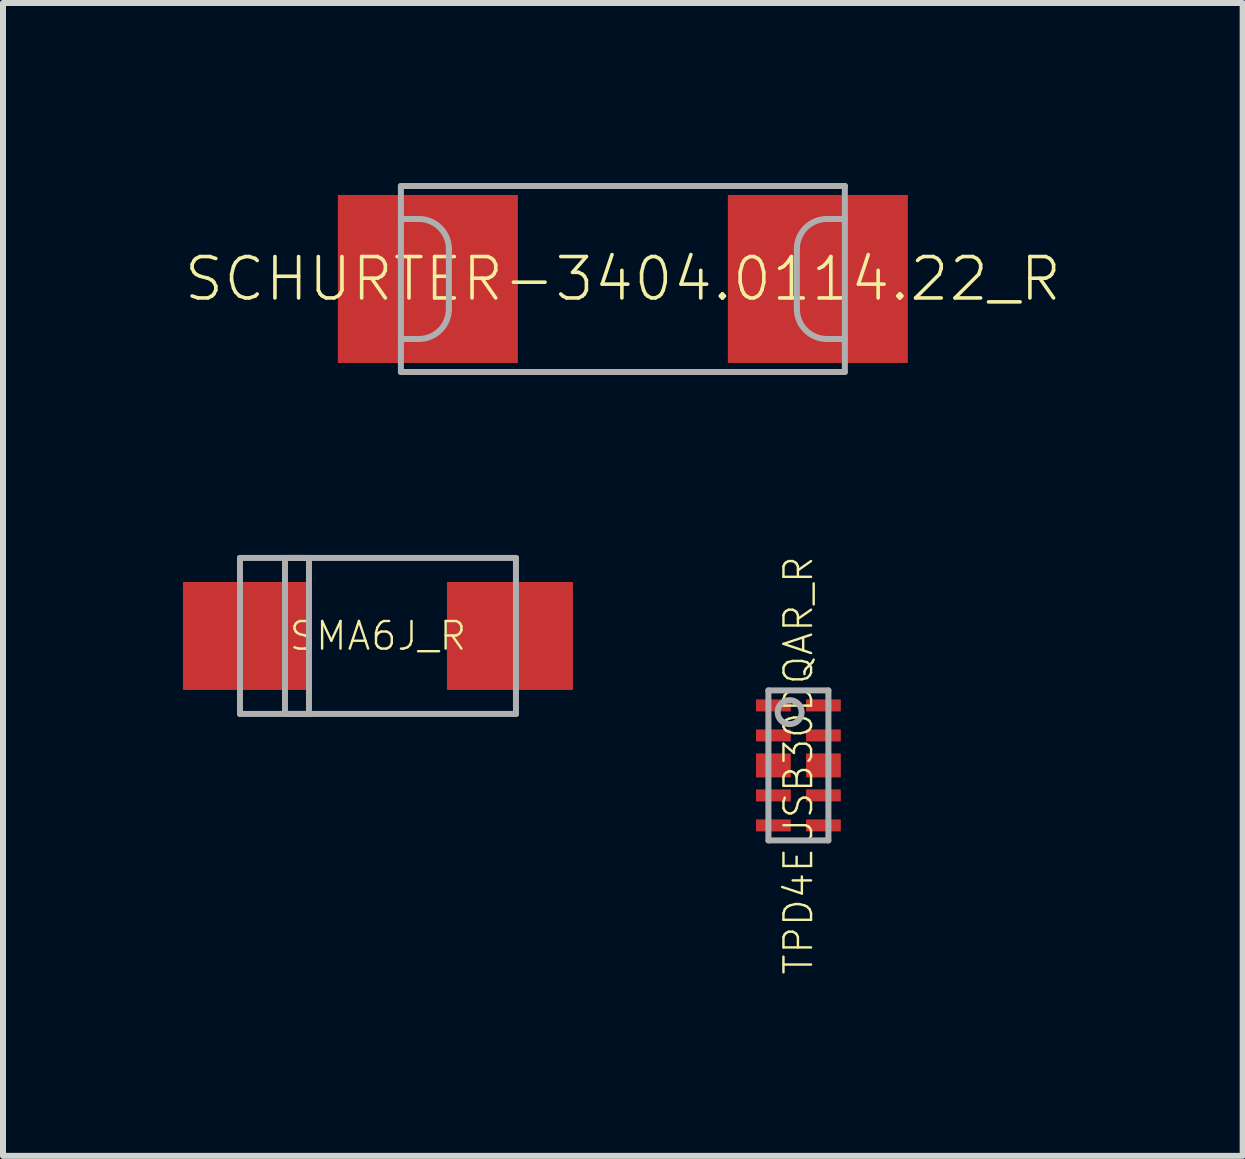
<source format=kicad_pcb>
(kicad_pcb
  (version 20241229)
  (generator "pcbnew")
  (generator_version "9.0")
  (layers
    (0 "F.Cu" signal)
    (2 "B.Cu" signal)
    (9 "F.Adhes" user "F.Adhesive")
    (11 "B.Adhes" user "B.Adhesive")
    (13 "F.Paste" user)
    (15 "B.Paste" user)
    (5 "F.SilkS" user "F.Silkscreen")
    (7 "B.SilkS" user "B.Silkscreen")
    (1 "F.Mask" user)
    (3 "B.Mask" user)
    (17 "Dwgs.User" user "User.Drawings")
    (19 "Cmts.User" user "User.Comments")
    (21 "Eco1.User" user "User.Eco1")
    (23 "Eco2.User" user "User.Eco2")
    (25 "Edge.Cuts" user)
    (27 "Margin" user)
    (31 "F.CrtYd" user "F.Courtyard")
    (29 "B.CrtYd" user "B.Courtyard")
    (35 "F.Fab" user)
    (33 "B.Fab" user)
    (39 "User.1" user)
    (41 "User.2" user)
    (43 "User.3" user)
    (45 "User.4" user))
  (footprint "SCHURTER-3404.0114.22_R"
    (layer "F.Cu")
    (at 7.332 1.6)
    (property "Reference" "SCHURTER-3404.0114.22_R" (at 0 0 0) (unlocked yes) (layer "F.SilkS") (effects (font (size 0.69 0.69) (thickness 0.06))))
    (fp_poly (pts (xy -1.75 1.4) (xy -4.75 1.4) (xy -4.75 -1.4) (xy -1.75 -1.4)) (stroke (width 0) (type default)) (fill yes) (layer "F.Paste"))
    (fp_poly (pts (xy 4.75 1.4) (xy 1.75 1.4) (xy 1.75 -1.4) (xy 4.75 -1.4)) (stroke (width 0) (type default)) (fill yes) (layer "F.Paste"))
    (fp_line (start -3.7 -1.55) (end 3.7 -1.55) (stroke (width 0.1) (type solid)) (layer "F.Fab"))
    (fp_line (start -3.7 -1) (end -3.7 -1.55) (stroke (width 0.1) (type solid)) (layer "F.Fab"))
    (fp_line (start -3.7 -1) (end -3.4 -1) (stroke (width 0.1) (type solid)) (layer "F.Fab"))
    (fp_line (start -3.7 1) (end -3.7 -1) (stroke (width 0.1) (type solid)) (layer "F.Fab"))
    (fp_line (start -3.7 1) (end -3.4 1) (stroke (width 0.1) (type solid)) (layer "F.Fab"))
    (fp_line (start -3.7 1.55) (end -3.7 1) (stroke (width 0.1) (type solid)) (layer "F.Fab"))
    (fp_line (start -2.9 -0.5) (end -2.9 0.5) (stroke (width 0.1) (type solid)) (layer "F.Fab"))
    (fp_line (start 2.9 0.5) (end 2.9 -0.5) (stroke (width 0.1) (type solid)) (layer "F.Fab"))
    (fp_line (start 3.7 -1.55) (end 3.7 1.55) (stroke (width 0.1) (type solid)) (layer "F.Fab"))
    (fp_line (start 3.7 -1) (end 3.4 -1) (stroke (width 0.1) (type solid)) (layer "F.Fab"))
    (fp_line (start 3.7 1) (end 3.4 1) (stroke (width 0.1) (type solid)) (layer "F.Fab"))
    (fp_line (start 3.7 1.55) (end -3.7 1.55) (stroke (width 0.1) (type solid)) (layer "F.Fab"))
    (fp_arc (start -3.4 -1) (mid -3.046447 -0.853553) (end -2.9 -0.5) (stroke (width 0.1) (type solid)) (layer "F.Fab"))
    (fp_arc (start -2.9 0.5) (mid -3.046447 0.853553) (end -3.4 1) (stroke (width 0.1) (type solid)) (layer "F.Fab"))
    (fp_arc (start 2.9 -0.5) (mid 3.046447 -0.853553) (end 3.4 -1) (stroke (width 0.1) (type solid)) (layer "F.Fab"))
    (fp_arc (start 3.4 1) (mid 3.046447 0.853553) (end 2.9 0.5) (stroke (width 0.1) (type solid)) (layer "F.Fab"))
    (pad "1" smd rect (at -3.25 0) (size 3 2.8) (layers "F.Cu" "F.Mask"))
    (pad "2" smd rect (at 3.25 0) (size 3 2.8) (layers "F.Cu" "F.Mask")))
  (footprint "SMA6J_R"
    (layer "F.Cu")
    (at 3.25 7.55)
    (property "Reference" "SMA6J_R" (at 0 0 0) (unlocked yes) (layer "F.SilkS") (effects (font (size 0.46 0.46) (thickness 0.04))))
    (fp_poly (pts (xy -1.15 0.9) (xy -3.25 0.9) (xy -3.25 -0.9) (xy -1.15 -0.9)) (stroke (width 0) (type default)) (fill yes) (layer "F.Paste"))
    (fp_poly (pts (xy 3.25 0.9) (xy 1.15 0.9) (xy 1.15 -0.9) (xy 3.25 -0.9)) (stroke (width 0) (type default)) (fill yes) (layer "F.Paste"))
    (fp_line (start -2.3 -1.3) (end -2.3 1.3) (stroke (width 0.1) (type solid)) (layer "F.Fab"))
    (fp_line (start -2.3 1.3) (end 2.3 1.3) (stroke (width 0.1) (type solid)) (layer "F.Fab"))
    (fp_line (start 2.3 -1.3) (end -2.3 -1.3) (stroke (width 0.1) (type solid)) (layer "F.Fab"))
    (fp_line (start 2.3 1.3) (end 2.3 -1.3) (stroke (width 0.1) (type solid)) (layer "F.Fab"))
    (fp_poly (pts (xy -1.55 1.3) (xy -1.15 1.3) (xy -1.15 -1.3) (xy -1.55 -1.3)) (stroke (width 0.1) (type default)) (fill no) (layer "F.Fab"))
    (pad "A" smd rect (at 2.2 0 180) (size 2.1 1.8) (layers "F.Cu" "F.Mask"))
    (pad "C" smd rect (at -2.2 0 180) (size 2.1 1.8) (layers "F.Cu" "F.Mask")))
  (footprint "TPD4EUSB30DQAR_R"
    (layer "F.Cu")
    (at 10.258 9.708)
    (property "Reference" "TPD4EUSB30DQAR_R" (at 0 0 90) (unlocked yes) (layer "F.SilkS") (effects (font (size 0.46 0.46) (thickness 0.04))))
    (fp_poly (pts (xy -0.757 -0.85) (xy -0.077 -0.85) (xy -0.077 -1.15) (xy -0.757 -1.15)) (stroke (width 0) (type default)) (fill yes) (layer "F.Mask"))
    (fp_poly (pts (xy -0.757 -0.35) (xy -0.077 -0.35) (xy -0.077 -0.65) (xy -0.757 -0.65)) (stroke (width 0) (type default)) (fill yes) (layer "F.Mask"))
    (fp_poly (pts (xy -0.757 0.25) (xy -0.077 0.25) (xy -0.077 -0.25) (xy -0.757 -0.25)) (stroke (width 0) (type default)) (fill yes) (layer "F.Mask"))
    (fp_poly (pts (xy -0.757 0.65) (xy -0.077 0.65) (xy -0.077 0.35) (xy -0.757 0.35)) (stroke (width 0) (type default)) (fill yes) (layer "F.Mask"))
    (fp_poly (pts (xy -0.757 1.15) (xy -0.077 1.15) (xy -0.077 0.85) (xy -0.757 0.85)) (stroke (width 0) (type default)) (fill yes) (layer "F.Mask"))
    (fp_poly (pts (xy 0.077 -0.85) (xy 0.757 -0.85) (xy 0.757 -1.15) (xy 0.077 -1.15)) (stroke (width 0) (type default)) (fill yes) (layer "F.Mask"))
    (fp_poly (pts (xy 0.077 -0.35) (xy 0.757 -0.35) (xy 0.757 -0.65) (xy 0.077 -0.65)) (stroke (width 0) (type default)) (fill yes) (layer "F.Mask"))
    (fp_poly (pts (xy 0.077 0.25) (xy 0.757 0.25) (xy 0.757 -0.25) (xy 0.077 -0.25)) (stroke (width 0) (type default)) (fill yes) (layer "F.Mask"))
    (fp_poly (pts (xy 0.077 0.65) (xy 0.757 0.65) (xy 0.757 0.35) (xy 0.077 0.35)) (stroke (width 0) (type default)) (fill yes) (layer "F.Mask"))
    (fp_poly (pts (xy 0.077 1.15) (xy 0.757 1.15) (xy 0.757 0.85) (xy 0.077 0.85)) (stroke (width 0) (type default)) (fill yes) (layer "F.Mask"))
    (fp_poly (pts (xy -0.127 -0.9) (xy -0.709 -0.9) (xy -0.709 -1.099) (xy -0.127 -1.099)) (stroke (width 0) (type default)) (fill yes) (layer "F.Paste"))
    (fp_poly (pts (xy -0.127 -0.401) (xy -0.709 -0.401) (xy -0.709 -0.6) (xy -0.127 -0.6)) (stroke (width 0) (type default)) (fill yes) (layer "F.Paste"))
    (fp_poly (pts (xy -0.127 0.178) (xy -0.709 0.178) (xy -0.709 -0.178) (xy -0.127 -0.178)) (stroke (width 0) (type default)) (fill yes) (layer "F.Paste"))
    (fp_poly (pts (xy -0.127 0.6) (xy -0.709 0.6) (xy -0.709 0.401) (xy -0.127 0.401)) (stroke (width 0) (type default)) (fill yes) (layer "F.Paste"))
    (fp_poly (pts (xy -0.127 1.099) (xy -0.709 1.099) (xy -0.709 0.9) (xy -0.127 0.9)) (stroke (width 0) (type default)) (fill yes) (layer "F.Paste"))
    (fp_poly (pts (xy 0.709 -0.9) (xy 0.127 -0.9) (xy 0.127 -1.099) (xy 0.709 -1.099)) (stroke (width 0) (type default)) (fill yes) (layer "F.Paste"))
    (fp_poly (pts (xy 0.709 -0.401) (xy 0.127 -0.401) (xy 0.127 -0.6) (xy 0.709 -0.6)) (stroke (width 0) (type default)) (fill yes) (layer "F.Paste"))
    (fp_poly (pts (xy 0.709 0.178) (xy 0.127 0.178) (xy 0.127 -0.178) (xy 0.709 -0.178)) (stroke (width 0) (type default)) (fill yes) (layer "F.Paste"))
    (fp_poly (pts (xy 0.709 0.6) (xy 0.127 0.6) (xy 0.127 0.401) (xy 0.709 0.401)) (stroke (width 0) (type default)) (fill yes) (layer "F.Paste"))
    (fp_poly (pts (xy 0.709 1.099) (xy 0.127 1.099) (xy 0.127 0.9) (xy 0.709 0.9)) (stroke (width 0) (type default)) (fill yes) (layer "F.Paste"))
    (fp_line (start -0.5 -1.25) (end -0.5 1.25) (stroke (width 0.1) (type solid)) (layer "F.Fab"))
    (fp_line (start -0.5 1.25) (end 0.5 1.25) (stroke (width 0.1) (type solid)) (layer "F.Fab"))
    (fp_line (start 0.5 -1.25) (end -0.5 -1.25) (stroke (width 0.1) (type solid)) (layer "F.Fab"))
    (fp_line (start 0.5 1.25) (end 0.5 -1.25) (stroke (width 0.1) (type solid)) (layer "F.Fab"))
    (fp_circle (center -0.146 -0.888) (end 0.054 -0.888) (stroke (width 0.1) (type solid)) (fill no) (layer "F.Fab"))
    (pad "1" smd rect (at -0.417 -1) (size 0.58 0.2) (layers "F.Cu"))
    (pad "2" smd rect (at -0.417 -0.5) (size 0.58 0.2) (layers "F.Cu"))
    (pad "3" smd rect (at -0.417 0) (size 0.58 0.4) (layers "F.Cu"))
    (pad "4" smd rect (at -0.417 0.5) (size 0.58 0.2) (layers "F.Cu"))
    (pad "5" smd rect (at -0.417 1) (size 0.58 0.2) (layers "F.Cu"))
    (pad "6" smd rect (at 0.417 1) (size 0.58 0.2) (layers "F.Cu"))
    (pad "7" smd rect (at 0.417 0.5) (size 0.58 0.2) (layers "F.Cu"))
    (pad "8" smd rect (at 0.417 0) (size 0.58 0.4) (layers "F.Cu"))
    (pad "9" smd rect (at 0.417 -0.5) (size 0.58 0.2) (layers "F.Cu"))
    (pad "10" smd rect (at 0.417 -1) (size 0.58 0.2) (layers "F.Cu")))
  (gr_rect
    (start -3 -3)
    (end 17.663 16.216)
    (stroke (width 0.1) (type default))
    (fill no)
    (layer "Edge.Cuts")))
</source>
